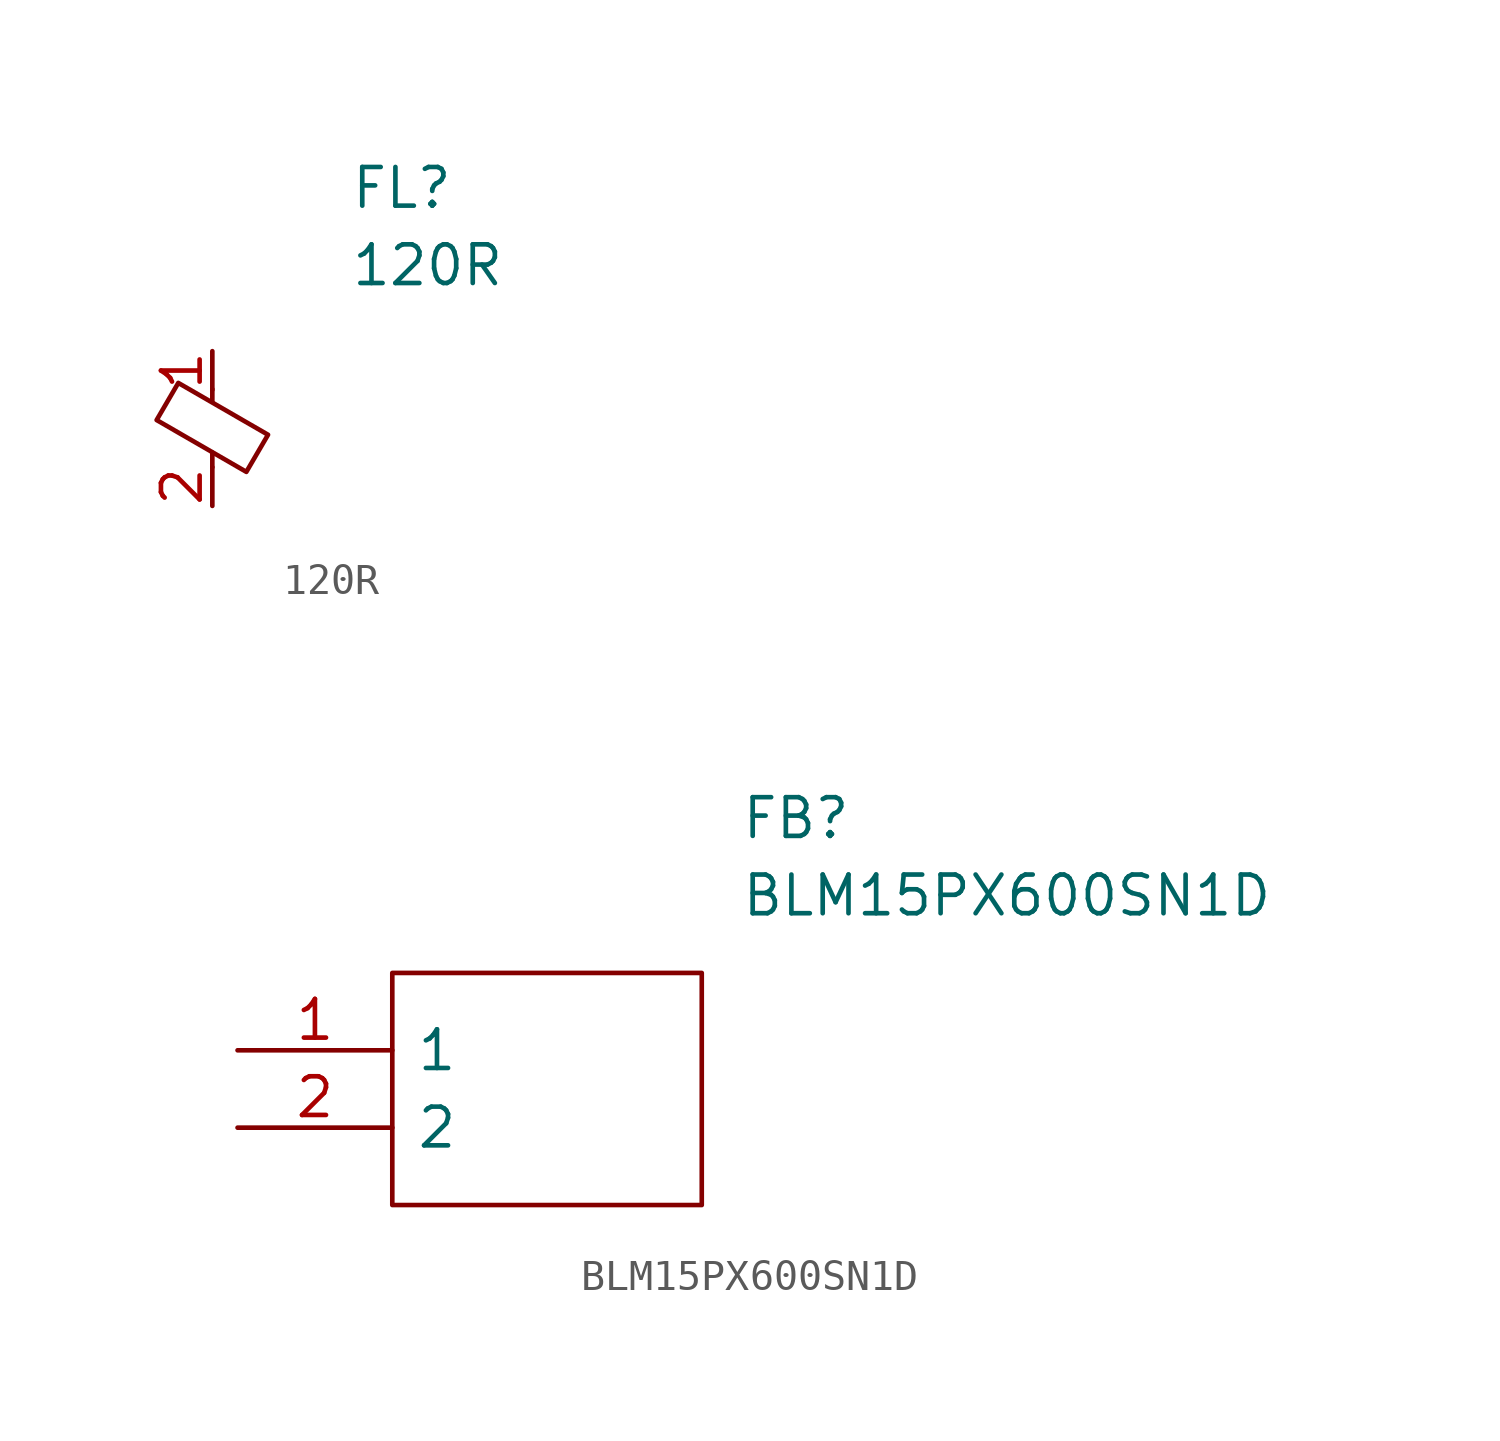
<source format=kicad_sym>
(kicad_symbol_lib
  (version 20220914)
  (generator kicad_symbol_editor)
  (symbol "120R"
    (pin_names
      (offset 0.762))
    (property "Reference" "FL"
      (at 16.51 7.62 0)
      (effects (font (size 1.27 1.27)) (justify left)))
    (property "Value" "120R"
      (at 16.51 5.08 0)
      (effects (font (size 1.27 1.27)) (justify left)))
    (symbol "120R_0_1"
      (polyline (pts (xy 11.989 -1.549) (xy 11.989 -1.067)) (stroke (width 0) (type default)) (fill (type none)))
      (polyline (pts (xy 11.989 0.61) (xy 11.989 1.016)) (stroke (width 0) (type default)) (fill (type none)))
      (polyline (pts (xy 10.16 0) (xy 10.871 1.219) (xy 13.818 -0.483) (xy 13.106 -1.702) (xy 10.16 0)) (stroke (width 0) (type default)) (fill (type none))))
    (symbol "120R_1_1"
      (pin passive line (at 11.989 2.261 270) (length 1.27) (name "~" (effects (font (size 1.27 1.27)))) (number "1" (effects (font (size 1.27 1.27)))))
      (pin passive line (at 11.989 -2.819 90) (length 1.27) (name "~" (effects (font (size 1.27 1.27)))) (number "2" (effects (font (size 1.27 1.27)))))))
  (symbol "BLM15PX600SN1D"
    (pin_names
      (offset 0.762))
    (property "Reference" "FB"
      (at 16.51 7.62 0)
      (effects (font (size 1.27 1.27)) (justify left)))
    (property "Value" "BLM15PX600SN1D"
      (at 16.51 5.08 0)
      (effects (font (size 1.27 1.27)) (justify left)))
    (symbol "BLM15PX600SN1D_0_0"
      (pin passive line (at 0 0 0) (length 5.08) (name "1" (effects (font (size 1.27 1.27)))) (number "1" (effects (font (size 1.27 1.27)))))
      (pin passive line (at 0 -2.54 0) (length 5.08) (name "2" (effects (font (size 1.27 1.27)))) (number "2" (effects (font (size 1.27 1.27))))))
    (symbol "BLM15PX600SN1D_0_1"
      (polyline (pts (xy 5.08 2.54) (xy 15.24 2.54) (xy 15.24 -5.08) (xy 5.08 -5.08) (xy 5.08 2.54)) (stroke (width 0.152) (type solid)) (fill (type none))))))
</source>
